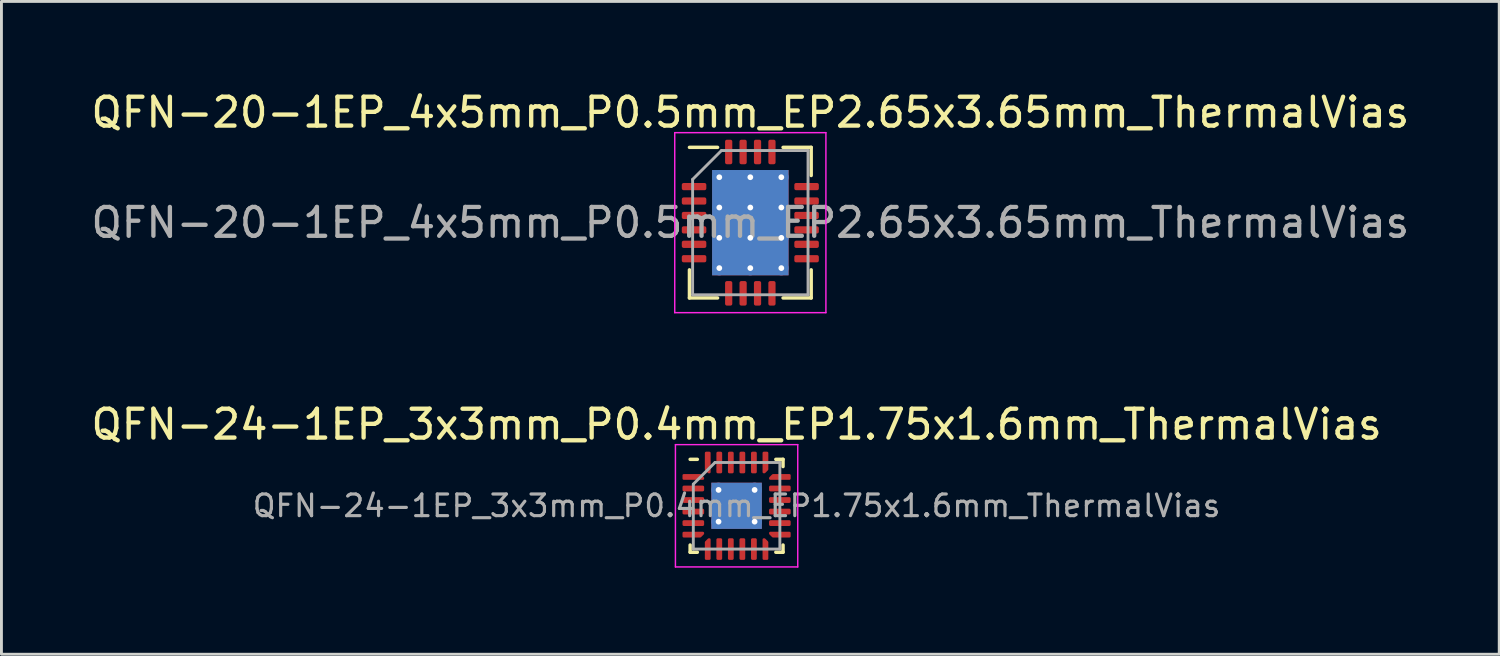
<source format=kicad_pcb>
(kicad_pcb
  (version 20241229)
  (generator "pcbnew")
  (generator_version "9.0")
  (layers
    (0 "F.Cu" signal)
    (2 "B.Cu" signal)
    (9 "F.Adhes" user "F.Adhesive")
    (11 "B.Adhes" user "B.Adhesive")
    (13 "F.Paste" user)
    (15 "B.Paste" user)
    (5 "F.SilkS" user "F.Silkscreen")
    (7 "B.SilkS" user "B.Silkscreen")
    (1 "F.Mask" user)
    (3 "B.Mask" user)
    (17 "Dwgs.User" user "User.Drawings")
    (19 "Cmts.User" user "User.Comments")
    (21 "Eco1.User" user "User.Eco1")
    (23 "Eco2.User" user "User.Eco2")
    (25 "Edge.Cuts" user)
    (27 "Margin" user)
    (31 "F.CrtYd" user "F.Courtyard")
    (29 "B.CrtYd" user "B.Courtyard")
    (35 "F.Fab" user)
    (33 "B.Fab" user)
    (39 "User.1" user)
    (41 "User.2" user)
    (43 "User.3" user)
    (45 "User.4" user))
  (footprint "QFN-24-1EP_3x3mm_P0.4mm_EP1.75x1.6mm_ThermalVias"
    (layer "F.Cu")
    (at 22.482 14.482)
    (property "Reference" "QFN-24-1EP_3x3mm_P0.4mm_EP1.75x1.6mm_ThermalVias" (at 0 -2.82 0) (layer "F.SilkS") (effects (font (size 1 1) (thickness 0.15))))
    (attr smd)
    (fp_line (start -1.61 1.61) (end -1.61 1.36) (stroke (width 0.12) (type solid)) (layer "F.SilkS"))
    (fp_line (start -1.36 -1.61) (end -1.61 -1.61) (stroke (width 0.12) (type solid)) (layer "F.SilkS"))
    (fp_line (start -1.36 1.61) (end -1.61 1.61) (stroke (width 0.12) (type solid)) (layer "F.SilkS"))
    (fp_line (start 1.36 -1.61) (end 1.61 -1.61) (stroke (width 0.12) (type solid)) (layer "F.SilkS"))
    (fp_line (start 1.36 1.61) (end 1.61 1.61) (stroke (width 0.12) (type solid)) (layer "F.SilkS"))
    (fp_line (start 1.61 -1.61) (end 1.61 -1.36) (stroke (width 0.12) (type solid)) (layer "F.SilkS"))
    (fp_line (start 1.61 1.61) (end 1.61 1.36) (stroke (width 0.12) (type solid)) (layer "F.SilkS"))
    (fp_line (start -2.12 -2.12) (end -2.12 2.12) (stroke (width 0.05) (type solid)) (layer "F.CrtYd"))
    (fp_line (start -2.12 2.12) (end 2.12 2.12) (stroke (width 0.05) (type solid)) (layer "F.CrtYd"))
    (fp_line (start 2.12 -2.12) (end -2.12 -2.12) (stroke (width 0.05) (type solid)) (layer "F.CrtYd"))
    (fp_line (start 2.12 2.12) (end 2.12 -2.12) (stroke (width 0.05) (type solid)) (layer "F.CrtYd"))
    (fp_line (start -1.5 -0.75) (end -0.75 -1.5) (stroke (width 0.1) (type solid)) (layer "F.Fab"))
    (fp_line (start -1.5 1.5) (end -1.5 -0.75) (stroke (width 0.1) (type solid)) (layer "F.Fab"))
    (fp_line (start -0.75 -1.5) (end 1.5 -1.5) (stroke (width 0.1) (type solid)) (layer "F.Fab"))
    (fp_line (start 1.5 -1.5) (end 1.5 1.5) (stroke (width 0.1) (type solid)) (layer "F.Fab"))
    (fp_line (start 1.5 1.5) (end -1.5 1.5) (stroke (width 0.1) (type solid)) (layer "F.Fab"))
    (fp_text user "${REFERENCE}" (at 0 0 0) (layer "F.Fab") (effects (font (size 0.75 0.75) (thickness 0.11))))
    (pad "" smd roundrect (at -0.44 -0.4) (size 0.76 0.69) (layers "F.Paste") (roundrect_rratio 0.25))
    (pad "" smd roundrect (at -0.44 0.4) (size 0.76 0.69) (layers "F.Paste") (roundrect_rratio 0.25))
    (pad "" smd roundrect (at 0.44 -0.4) (size 0.76 0.69) (layers "F.Paste") (roundrect_rratio 0.25))
    (pad "" smd roundrect (at 0.44 0.4) (size 0.76 0.69) (layers "F.Paste") (roundrect_rratio 0.25))
    (pad "1" smd custom (at -1.5 -1) (size 0.115 0.115) (layers "F.Cu" "F.Mask" "F.Paste") (options (anchor circle)) (primitives (gr_poly (pts (xy 0.335 0.037) (xy 0.335 0.06) (xy -0.335 0.06) (xy -0.335 -0.06) (xy 0.238 -0.06)) (width 0.08) (fill yes))))
    (pad "2" smd roundrect (at -1.5 -0.6) (size 0.75 0.2) (layers "F.Cu" "F.Mask" "F.Paste") (roundrect_rratio 0.25))
    (pad "3" smd roundrect (at -1.5 -0.2) (size 0.75 0.2) (layers "F.Cu" "F.Mask" "F.Paste") (roundrect_rratio 0.25))
    (pad "4" smd roundrect (at -1.5 0.2) (size 0.75 0.2) (layers "F.Cu" "F.Mask" "F.Paste") (roundrect_rratio 0.25))
    (pad "5" smd roundrect (at -1.5 0.6) (size 0.75 0.2) (layers "F.Cu" "F.Mask" "F.Paste") (roundrect_rratio 0.25))
    (pad "6" smd custom (at -1.5 1) (size 0.115 0.115) (layers "F.Cu" "F.Mask" "F.Paste") (options (anchor circle)) (primitives (gr_poly (pts (xy 0.335 -0.037) (xy 0.238 0.06) (xy -0.335 0.06) (xy -0.335 -0.06) (xy 0.335 -0.06)) (width 0.08) (fill yes))))
    (pad "7" smd custom (at -1 1.5) (size 0.115 0.115) (layers "F.Cu" "F.Mask" "F.Paste") (options (anchor circle)) (primitives (gr_poly (pts (xy 0.06 0.335) (xy -0.06 0.335) (xy -0.06 -0.238) (xy 0.037 -0.335) (xy 0.06 -0.335)) (width 0.08) (fill yes))))
    (pad "8" smd roundrect (at -0.6 1.5) (size 0.2 0.75) (layers "F.Cu" "F.Mask" "F.Paste") (roundrect_rratio 0.25))
    (pad "9" smd roundrect (at -0.2 1.5) (size 0.2 0.75) (layers "F.Cu" "F.Mask" "F.Paste") (roundrect_rratio 0.25))
    (pad "10" smd roundrect (at 0.2 1.5) (size 0.2 0.75) (layers "F.Cu" "F.Mask" "F.Paste") (roundrect_rratio 0.25))
    (pad "11" smd roundrect (at 0.6 1.5) (size 0.2 0.75) (layers "F.Cu" "F.Mask" "F.Paste") (roundrect_rratio 0.25))
    (pad "12" smd custom (at 1 1.5) (size 0.115 0.115) (layers "F.Cu" "F.Mask" "F.Paste") (options (anchor circle)) (primitives (gr_poly (pts (xy 0.06 -0.238) (xy 0.06 0.335) (xy -0.06 0.335) (xy -0.06 -0.335) (xy -0.037 -0.335)) (width 0.08) (fill yes))))
    (pad "13" smd custom (at 1.5 1) (size 0.115 0.115) (layers "F.Cu" "F.Mask" "F.Paste") (options (anchor circle)) (primitives (gr_poly (pts (xy 0.335 0.06) (xy -0.238 0.06) (xy -0.335 -0.037) (xy -0.335 -0.06) (xy 0.335 -0.06)) (width 0.08) (fill yes))))
    (pad "14" smd roundrect (at 1.5 0.6) (size 0.75 0.2) (layers "F.Cu" "F.Mask" "F.Paste") (roundrect_rratio 0.25))
    (pad "15" smd roundrect (at 1.5 0.2) (size 0.75 0.2) (layers "F.Cu" "F.Mask" "F.Paste") (roundrect_rratio 0.25))
    (pad "16" smd roundrect (at 1.5 -0.2) (size 0.75 0.2) (layers "F.Cu" "F.Mask" "F.Paste") (roundrect_rratio 0.25))
    (pad "17" smd roundrect (at 1.5 -0.6) (size 0.75 0.2) (layers "F.Cu" "F.Mask" "F.Paste") (roundrect_rratio 0.25))
    (pad "18" smd custom (at 1.5 -1) (size 0.115 0.115) (layers "F.Cu" "F.Mask" "F.Paste") (options (anchor circle)) (primitives (gr_poly (pts (xy 0.335 0.06) (xy -0.335 0.06) (xy -0.335 0.037) (xy -0.238 -0.06) (xy 0.335 -0.06)) (width 0.08) (fill yes))))
    (pad "19" smd custom (at 1 -1.5) (size 0.115 0.115) (layers "F.Cu" "F.Mask" "F.Paste") (options (anchor circle)) (primitives (gr_poly (pts (xy 0.06 0.238) (xy -0.037 0.335) (xy -0.06 0.335) (xy -0.06 -0.335) (xy 0.06 -0.335)) (width 0.08) (fill yes))))
    (pad "20" smd roundrect (at 0.6 -1.5) (size 0.2 0.75) (layers "F.Cu" "F.Mask" "F.Paste") (roundrect_rratio 0.25))
    (pad "21" smd roundrect (at 0.2 -1.5) (size 0.2 0.75) (layers "F.Cu" "F.Mask" "F.Paste") (roundrect_rratio 0.25))
    (pad "22" smd roundrect (at -0.2 -1.5) (size 0.2 0.75) (layers "F.Cu" "F.Mask" "F.Paste") (roundrect_rratio 0.25))
    (pad "23" smd roundrect (at -0.6 -1.5) (size 0.2 0.75) (layers "F.Cu" "F.Mask" "F.Paste") (roundrect_rratio 0.25))
    (pad "24" smd custom (at -1 -1.5) (size 0.115 0.115) (layers "F.Cu" "F.Mask" "F.Paste") (options (anchor circle)) (primitives (gr_poly (pts (xy 0.06 0.335) (xy 0.037 0.335) (xy -0.06 0.238) (xy -0.06 -0.335) (xy 0.06 -0.335)) (width 0.08) (fill yes))))
    (pad "25" thru_hole circle (at -0.625 -0.55) (size 0.5 0.5) (drill 0.2) (layers "*.Cu"))
    (pad "25" thru_hole circle (at -0.625 0.55) (size 0.5 0.5) (drill 0.2) (layers "*.Cu"))
    (pad "25" smd rect (at 0 0) (size 1.75 1.6) (layers "F.Cu" "F.Mask"))
    (pad "25" smd rect (at 0 0) (size 1.75 1.6) (layers "B.Cu"))
    (pad "25" thru_hole circle (at 0.625 -0.55) (size 0.5 0.5) (drill 0.2) (layers "*.Cu"))
    (pad "25" thru_hole circle (at 0.625 0.55) (size 0.5 0.5) (drill 0.2) (layers "*.Cu")))
  (footprint "QFN-20-1EP_4x5mm_P0.5mm_EP2.65x3.65mm_ThermalVias"
    (layer "F.Cu")
    (at 22.958 4.668)
    (property "Reference" "QFN-20-1EP_4x5mm_P0.5mm_EP2.65x3.65mm_ThermalVias" (at 0 -3.82 0) (layer "F.SilkS") (effects (font (size 1 1) (thickness 0.15))))
    (attr smd)
    (fp_line (start -2.11 2.61) (end -2.11 1.635) (stroke (width 0.12) (type solid)) (layer "F.SilkS"))
    (fp_line (start -1.135 -2.61) (end -2.11 -2.61) (stroke (width 0.12) (type solid)) (layer "F.SilkS"))
    (fp_line (start -1.135 2.61) (end -2.11 2.61) (stroke (width 0.12) (type solid)) (layer "F.SilkS"))
    (fp_line (start 1.135 -2.61) (end 2.11 -2.61) (stroke (width 0.12) (type solid)) (layer "F.SilkS"))
    (fp_line (start 1.135 2.61) (end 2.11 2.61) (stroke (width 0.12) (type solid)) (layer "F.SilkS"))
    (fp_line (start 2.11 -2.61) (end 2.11 -1.635) (stroke (width 0.12) (type solid)) (layer "F.SilkS"))
    (fp_line (start 2.11 2.61) (end 2.11 1.635) (stroke (width 0.12) (type solid)) (layer "F.SilkS"))
    (fp_line (start -2.62 -3.12) (end -2.62 3.12) (stroke (width 0.05) (type solid)) (layer "F.CrtYd"))
    (fp_line (start -2.62 3.12) (end 2.62 3.12) (stroke (width 0.05) (type solid)) (layer "F.CrtYd"))
    (fp_line (start 2.62 -3.12) (end -2.62 -3.12) (stroke (width 0.05) (type solid)) (layer "F.CrtYd"))
    (fp_line (start 2.62 3.12) (end 2.62 -3.12) (stroke (width 0.05) (type solid)) (layer "F.CrtYd"))
    (fp_line (start -2 -1.5) (end -1 -2.5) (stroke (width 0.1) (type solid)) (layer "F.Fab"))
    (fp_line (start -2 2.5) (end -2 -1.5) (stroke (width 0.1) (type solid)) (layer "F.Fab"))
    (fp_line (start -1 -2.5) (end 2 -2.5) (stroke (width 0.1) (type solid)) (layer "F.Fab"))
    (fp_line (start 2 -2.5) (end 2 2.5) (stroke (width 0.1) (type solid)) (layer "F.Fab"))
    (fp_line (start 2 2.5) (end -2 2.5) (stroke (width 0.1) (type solid)) (layer "F.Fab"))
    (fp_text user "${REFERENCE}" (at 0 0 0) (layer "F.Fab") (effects (font (size 1 1) (thickness 0.15))))
    (pad "" smd custom (at -0.537 -1.05) (size 0.787 0.787) (layers "F.Paste") (options (anchor circle)) (primitives (gr_poly (pts (xy 0.376 -0.241) (xy 0.376 0.241) (xy 0.281 0.336) (xy -0.281 0.336) (xy -0.376 0.241) (xy -0.376 -0.241) (xy -0.281 -0.336) (xy 0.281 -0.336)) (width 0.23) (fill yes))))
    (pad "" smd custom (at -0.537 0) (size 0.787 0.787) (layers "F.Paste") (options (anchor circle)) (primitives (gr_poly (pts (xy 0.376 -0.241) (xy 0.376 0.241) (xy 0.281 0.336) (xy -0.281 0.336) (xy -0.376 0.241) (xy -0.376 -0.241) (xy -0.281 -0.336) (xy 0.281 -0.336)) (width 0.23) (fill yes))))
    (pad "" smd custom (at -0.537 1.05) (size 0.787 0.787) (layers "F.Paste") (options (anchor circle)) (primitives (gr_poly (pts (xy 0.376 -0.241) (xy 0.376 0.241) (xy 0.281 0.336) (xy -0.281 0.336) (xy -0.376 0.241) (xy -0.376 -0.241) (xy -0.281 -0.336) (xy 0.281 -0.336)) (width 0.23) (fill yes))))
    (pad "" smd custom (at 0.537 -1.05) (size 0.787 0.787) (layers "F.Paste") (options (anchor circle)) (primitives (gr_poly (pts (xy 0.376 -0.241) (xy 0.376 0.241) (xy 0.281 0.336) (xy -0.281 0.336) (xy -0.376 0.241) (xy -0.376 -0.241) (xy -0.281 -0.336) (xy 0.281 -0.336)) (width 0.23) (fill yes))))
    (pad "" smd custom (at 0.537 0) (size 0.787 0.787) (layers "F.Paste") (options (anchor circle)) (primitives (gr_poly (pts (xy 0.376 -0.241) (xy 0.376 0.241) (xy 0.281 0.336) (xy -0.281 0.336) (xy -0.376 0.241) (xy -0.376 -0.241) (xy -0.281 -0.336) (xy 0.281 -0.336)) (width 0.23) (fill yes))))
    (pad "" smd custom (at 0.537 1.05) (size 0.787 0.787) (layers "F.Paste") (options (anchor circle)) (primitives (gr_poly (pts (xy 0.376 -0.241) (xy 0.376 0.241) (xy 0.281 0.336) (xy -0.281 0.336) (xy -0.376 0.241) (xy -0.376 -0.241) (xy -0.281 -0.336) (xy 0.281 -0.336)) (width 0.23) (fill yes))))
    (pad "1" smd roundrect (at -1.95 -1.25) (size 0.85 0.25) (layers "F.Cu" "F.Mask" "F.Paste") (roundrect_rratio 0.25))
    (pad "2" smd roundrect (at -1.95 -0.75) (size 0.85 0.25) (layers "F.Cu" "F.Mask" "F.Paste") (roundrect_rratio 0.25))
    (pad "3" smd roundrect (at -1.95 -0.25) (size 0.85 0.25) (layers "F.Cu" "F.Mask" "F.Paste") (roundrect_rratio 0.25))
    (pad "4" smd roundrect (at -1.95 0.25) (size 0.85 0.25) (layers "F.Cu" "F.Mask" "F.Paste") (roundrect_rratio 0.25))
    (pad "5" smd roundrect (at -1.95 0.75) (size 0.85 0.25) (layers "F.Cu" "F.Mask" "F.Paste") (roundrect_rratio 0.25))
    (pad "6" smd roundrect (at -1.95 1.25) (size 0.85 0.25) (layers "F.Cu" "F.Mask" "F.Paste") (roundrect_rratio 0.25))
    (pad "7" smd roundrect (at -0.75 2.45) (size 0.25 0.85) (layers "F.Cu" "F.Mask" "F.Paste") (roundrect_rratio 0.25))
    (pad "8" smd roundrect (at -0.25 2.45) (size 0.25 0.85) (layers "F.Cu" "F.Mask" "F.Paste") (roundrect_rratio 0.25))
    (pad "9" smd roundrect (at 0.25 2.45) (size 0.25 0.85) (layers "F.Cu" "F.Mask" "F.Paste") (roundrect_rratio 0.25))
    (pad "10" smd roundrect (at 0.75 2.45) (size 0.25 0.85) (layers "F.Cu" "F.Mask" "F.Paste") (roundrect_rratio 0.25))
    (pad "11" smd roundrect (at 1.95 1.25) (size 0.85 0.25) (layers "F.Cu" "F.Mask" "F.Paste") (roundrect_rratio 0.25))
    (pad "12" smd roundrect (at 1.95 0.75) (size 0.85 0.25) (layers "F.Cu" "F.Mask" "F.Paste") (roundrect_rratio 0.25))
    (pad "13" smd roundrect (at 1.95 0.25) (size 0.85 0.25) (layers "F.Cu" "F.Mask" "F.Paste") (roundrect_rratio 0.25))
    (pad "14" smd roundrect (at 1.95 -0.25) (size 0.85 0.25) (layers "F.Cu" "F.Mask" "F.Paste") (roundrect_rratio 0.25))
    (pad "15" smd roundrect (at 1.95 -0.75) (size 0.85 0.25) (layers "F.Cu" "F.Mask" "F.Paste") (roundrect_rratio 0.25))
    (pad "16" smd roundrect (at 1.95 -1.25) (size 0.85 0.25) (layers "F.Cu" "F.Mask" "F.Paste") (roundrect_rratio 0.25))
    (pad "17" smd roundrect (at 0.75 -2.45) (size 0.25 0.85) (layers "F.Cu" "F.Mask" "F.Paste") (roundrect_rratio 0.25))
    (pad "18" smd roundrect (at 0.25 -2.45) (size 0.25 0.85) (layers "F.Cu" "F.Mask" "F.Paste") (roundrect_rratio 0.25))
    (pad "19" smd roundrect (at -0.25 -2.45) (size 0.25 0.85) (layers "F.Cu" "F.Mask" "F.Paste") (roundrect_rratio 0.25))
    (pad "20" smd roundrect (at -0.75 -2.45) (size 0.25 0.85) (layers "F.Cu" "F.Mask" "F.Paste") (roundrect_rratio 0.25))
    (pad "21" thru_hole circle (at -1.075 -1.575) (size 0.5 0.5) (drill 0.2) (layers "*.Cu"))
    (pad "21" thru_hole circle (at -1.075 -0.525) (size 0.5 0.5) (drill 0.2) (layers "*.Cu"))
    (pad "21" thru_hole circle (at -1.075 0.525) (size 0.5 0.5) (drill 0.2) (layers "*.Cu"))
    (pad "21" thru_hole circle (at -1.075 1.575) (size 0.5 0.5) (drill 0.2) (layers "*.Cu"))
    (pad "21" thru_hole circle (at 0 -1.575) (size 0.5 0.5) (drill 0.2) (layers "*.Cu"))
    (pad "21" thru_hole circle (at 0 -0.525) (size 0.5 0.5) (drill 0.2) (layers "*.Cu"))
    (pad "21" smd rect (at 0 0) (size 2.65 3.65) (layers "F.Cu" "F.Mask"))
    (pad "21" smd rect (at 0 0) (size 2.65 3.65) (layers "B.Cu"))
    (pad "21" thru_hole circle (at 0 0.525) (size 0.5 0.5) (drill 0.2) (layers "*.Cu"))
    (pad "21" thru_hole circle (at 0 1.575) (size 0.5 0.5) (drill 0.2) (layers "*.Cu"))
    (pad "21" thru_hole circle (at 1.075 -1.575) (size 0.5 0.5) (drill 0.2) (layers "*.Cu"))
    (pad "21" thru_hole circle (at 1.075 -0.525) (size 0.5 0.5) (drill 0.2) (layers "*.Cu"))
    (pad "21" thru_hole circle (at 1.075 0.525) (size 0.5 0.5) (drill 0.2) (layers "*.Cu"))
    (pad "21" thru_hole circle (at 1.075 1.575) (size 0.5 0.5) (drill 0.2) (layers "*.Cu")))
  (gr_rect
    (start -3 -3)
    (end 48.917 19.627)
    (stroke (width 0.1) (type default))
    (fill no)
    (layer "Edge.Cuts")))
</source>
